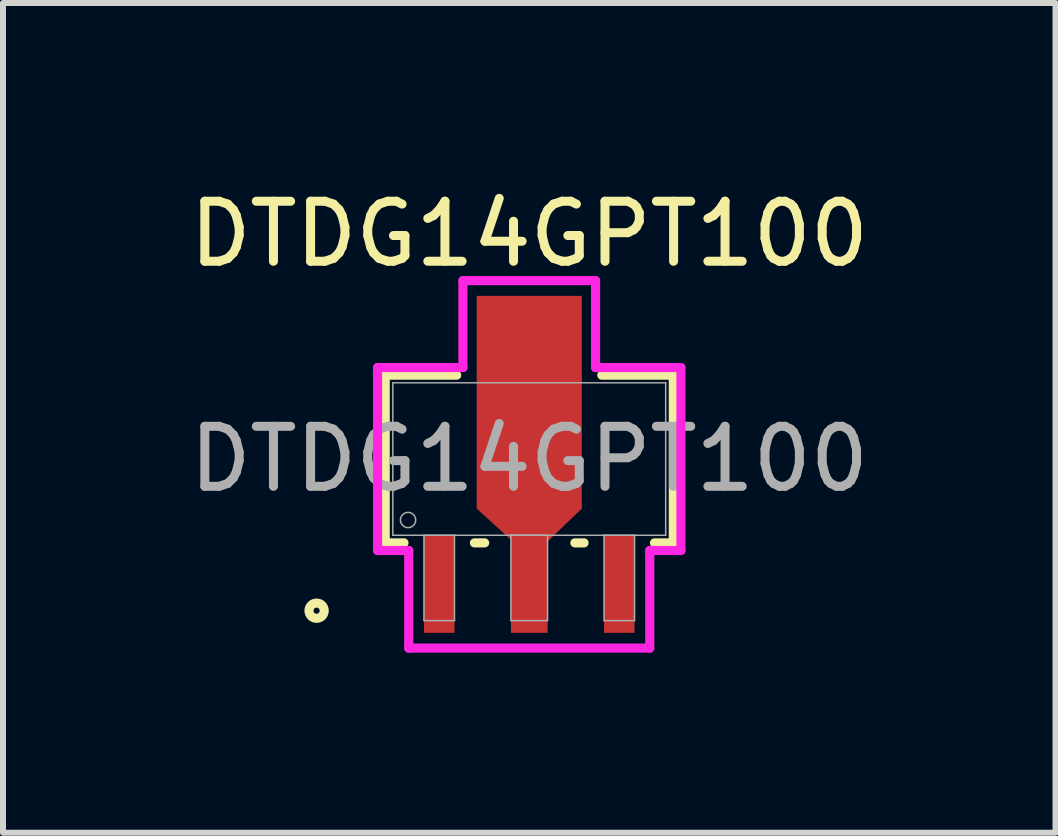
<source format=kicad_pcb>
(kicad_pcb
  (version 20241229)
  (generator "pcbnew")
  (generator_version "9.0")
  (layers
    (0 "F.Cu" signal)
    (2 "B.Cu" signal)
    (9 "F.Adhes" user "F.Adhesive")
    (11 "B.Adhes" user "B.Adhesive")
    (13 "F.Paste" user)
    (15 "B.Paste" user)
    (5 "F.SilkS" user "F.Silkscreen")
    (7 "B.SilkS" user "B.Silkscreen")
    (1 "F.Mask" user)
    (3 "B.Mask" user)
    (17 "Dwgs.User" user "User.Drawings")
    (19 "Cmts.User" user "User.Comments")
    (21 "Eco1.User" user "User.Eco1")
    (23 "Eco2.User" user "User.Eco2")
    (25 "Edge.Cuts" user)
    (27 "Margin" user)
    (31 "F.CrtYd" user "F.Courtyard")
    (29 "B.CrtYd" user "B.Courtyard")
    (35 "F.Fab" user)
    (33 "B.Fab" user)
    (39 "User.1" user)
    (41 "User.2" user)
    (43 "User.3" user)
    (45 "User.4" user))
  (footprint "DTDG14GPT100"
    (layer "F.Cu")
    (at 5.768 4.598)
    (property "Reference" "DTDG14GPT100" (at 0 -3.75 0) (unlocked yes) (layer "F.SilkS") (effects (font (size 1 1) (thickness 0.15))))
    (attr smd)
    (fp_poly (pts (xy -0.305 1.27) (xy -0.305 1.346) (xy -0.876 0.826) (xy -0.876 -2.718) (xy 0.876 -2.718) (xy 0.876 0.826) (xy 0.305 1.372) (xy 0.305 1.27)) (stroke (width 0) (type solid)) (fill yes) (layer "F.Cu"))
    (fp_poly (pts (xy -0.305 1.27) (xy -0.305 1.346) (xy -0.851 0.8) (xy -0.851 -2.565) (xy 0.851 -2.565) (xy 0.851 0.8) (xy 0.305 1.346) (xy 0.305 1.27)) (stroke (width 0) (type solid)) (fill yes) (layer "F.Mask"))
    (fp_line (start -2.4 -1.397) (end -2.4 1.397) (stroke (width 0.152) (type solid)) (layer "F.SilkS"))
    (fp_line (start -2.4 1.397) (end -2.087 1.397) (stroke (width 0.152) (type solid)) (layer "F.SilkS"))
    (fp_line (start -1.209 -1.397) (end -2.4 -1.397) (stroke (width 0.152) (type solid)) (layer "F.SilkS"))
    (fp_line (start -0.913 1.397) (end -0.743 1.397) (stroke (width 0.152) (type solid)) (layer "F.SilkS"))
    (fp_line (start 0.76 1.397) (end 0.913 1.397) (stroke (width 0.152) (type solid)) (layer "F.SilkS"))
    (fp_line (start 2.087 1.397) (end 2.4 1.397) (stroke (width 0.152) (type solid)) (layer "F.SilkS"))
    (fp_line (start 2.4 -1.397) (end 1.209 -1.397) (stroke (width 0.152) (type solid)) (layer "F.SilkS"))
    (fp_line (start 2.4 1.397) (end 2.4 -1.397) (stroke (width 0.152) (type solid)) (layer "F.SilkS"))
    (fp_circle (center -3.543 2.527) (end -3.416 2.527) (stroke (width 0.152) (type solid)) (fill no) (layer "F.SilkS"))
    (fp_poly (pts (xy -0.305 1.27) (xy -0.305 1.346) (xy -0.851 0.8) (xy -0.851 -2.565) (xy 0.851 -2.565) (xy 0.851 0.8) (xy 0.305 1.346) (xy 0.305 1.27)) (stroke (width 0) (type solid)) (fill yes) (layer "F.Paste"))
    (fp_line (start -2.527 -1.524) (end -1.105 -1.524) (stroke (width 0.152) (type solid)) (layer "F.CrtYd"))
    (fp_line (start -2.527 1.524) (end -2.527 -1.524) (stroke (width 0.152) (type solid)) (layer "F.CrtYd"))
    (fp_line (start -2.008 1.524) (end -2.527 1.524) (stroke (width 0.152) (type solid)) (layer "F.CrtYd"))
    (fp_line (start -2.008 3.15) (end -2.008 1.524) (stroke (width 0.152) (type solid)) (layer "F.CrtYd"))
    (fp_line (start -1.105 -2.972) (end 1.105 -2.972) (stroke (width 0.152) (type solid)) (layer "F.CrtYd"))
    (fp_line (start -1.105 -1.524) (end -1.105 -2.972) (stroke (width 0.152) (type solid)) (layer "F.CrtYd"))
    (fp_line (start 1.105 -2.972) (end 1.105 -1.524) (stroke (width 0.152) (type solid)) (layer "F.CrtYd"))
    (fp_line (start 1.105 -1.524) (end 2.527 -1.524) (stroke (width 0.152) (type solid)) (layer "F.CrtYd"))
    (fp_line (start 2.008 1.524) (end 2.008 3.15) (stroke (width 0.152) (type solid)) (layer "F.CrtYd"))
    (fp_line (start 2.008 3.15) (end -2.008 3.15) (stroke (width 0.152) (type solid)) (layer "F.CrtYd"))
    (fp_line (start 2.527 -1.524) (end 2.527 1.524) (stroke (width 0.152) (type solid)) (layer "F.CrtYd"))
    (fp_line (start 2.527 1.524) (end 2.008 1.524) (stroke (width 0.152) (type solid)) (layer "F.CrtYd"))
    (fp_line (start -2.273 -1.27) (end -2.273 1.27) (stroke (width 0.025) (type solid)) (layer "F.Fab"))
    (fp_line (start -2.273 1.27) (end 2.273 1.27) (stroke (width 0.025) (type solid)) (layer "F.Fab"))
    (fp_line (start -1.754 1.27) (end -1.754 2.692) (stroke (width 0.025) (type solid)) (layer "F.Fab"))
    (fp_line (start -1.754 2.692) (end -1.246 2.692) (stroke (width 0.025) (type solid)) (layer "F.Fab"))
    (fp_line (start -1.246 1.27) (end -1.754 1.27) (stroke (width 0.025) (type solid)) (layer "F.Fab"))
    (fp_line (start -1.246 2.692) (end -1.246 1.27) (stroke (width 0.025) (type solid)) (layer "F.Fab"))
    (fp_line (start -0.305 1.27) (end -0.305 2.692) (stroke (width 0.025) (type solid)) (layer "F.Fab"))
    (fp_line (start -0.305 2.692) (end 0.305 2.692) (stroke (width 0.025) (type solid)) (layer "F.Fab"))
    (fp_line (start 0.305 1.27) (end -0.305 1.27) (stroke (width 0.025) (type solid)) (layer "F.Fab"))
    (fp_line (start 0.305 2.692) (end 0.305 1.27) (stroke (width 0.025) (type solid)) (layer "F.Fab"))
    (fp_line (start 1.246 1.27) (end 1.246 2.692) (stroke (width 0.025) (type solid)) (layer "F.Fab"))
    (fp_line (start 1.246 2.692) (end 1.754 2.692) (stroke (width 0.025) (type solid)) (layer "F.Fab"))
    (fp_line (start 1.754 1.27) (end 1.246 1.27) (stroke (width 0.025) (type solid)) (layer "F.Fab"))
    (fp_line (start 1.754 2.692) (end 1.754 1.27) (stroke (width 0.025) (type solid)) (layer "F.Fab"))
    (fp_line (start 2.273 -1.27) (end -2.273 -1.27) (stroke (width 0.025) (type solid)) (layer "F.Fab"))
    (fp_line (start 2.273 1.27) (end 2.273 -1.27) (stroke (width 0.025) (type solid)) (layer "F.Fab"))
    (fp_circle (center -2.019 1.016) (end -1.892 1.016) (stroke (width 0.025) (type solid)) (fill no) (layer "F.Fab"))
    (fp_text user "${REFERENCE}" (at 0 0 0) (unlocked yes) (layer "F.Fab") (effects (font (size 1 1) (thickness 0.15))))
    (pad "1" smd rect (at -1.5 2.083) (size 0.508 1.626) (layers "F.Cu" "F.Mask" "F.Paste"))
    (pad "2" smd rect (at 0 2.083) (size 0.61 1.626) (layers "F.Cu" "F.Mask" "F.Paste"))
    (pad "3" smd rect (at 1.5 2.083) (size 0.508 1.626) (layers "F.Cu" "F.Mask" "F.Paste")))
  (gr_rect
    (start -3 -3)
    (end 14.536 10.824)
    (stroke (width 0.1) (type default))
    (fill no)
    (layer "Edge.Cuts")))
</source>
